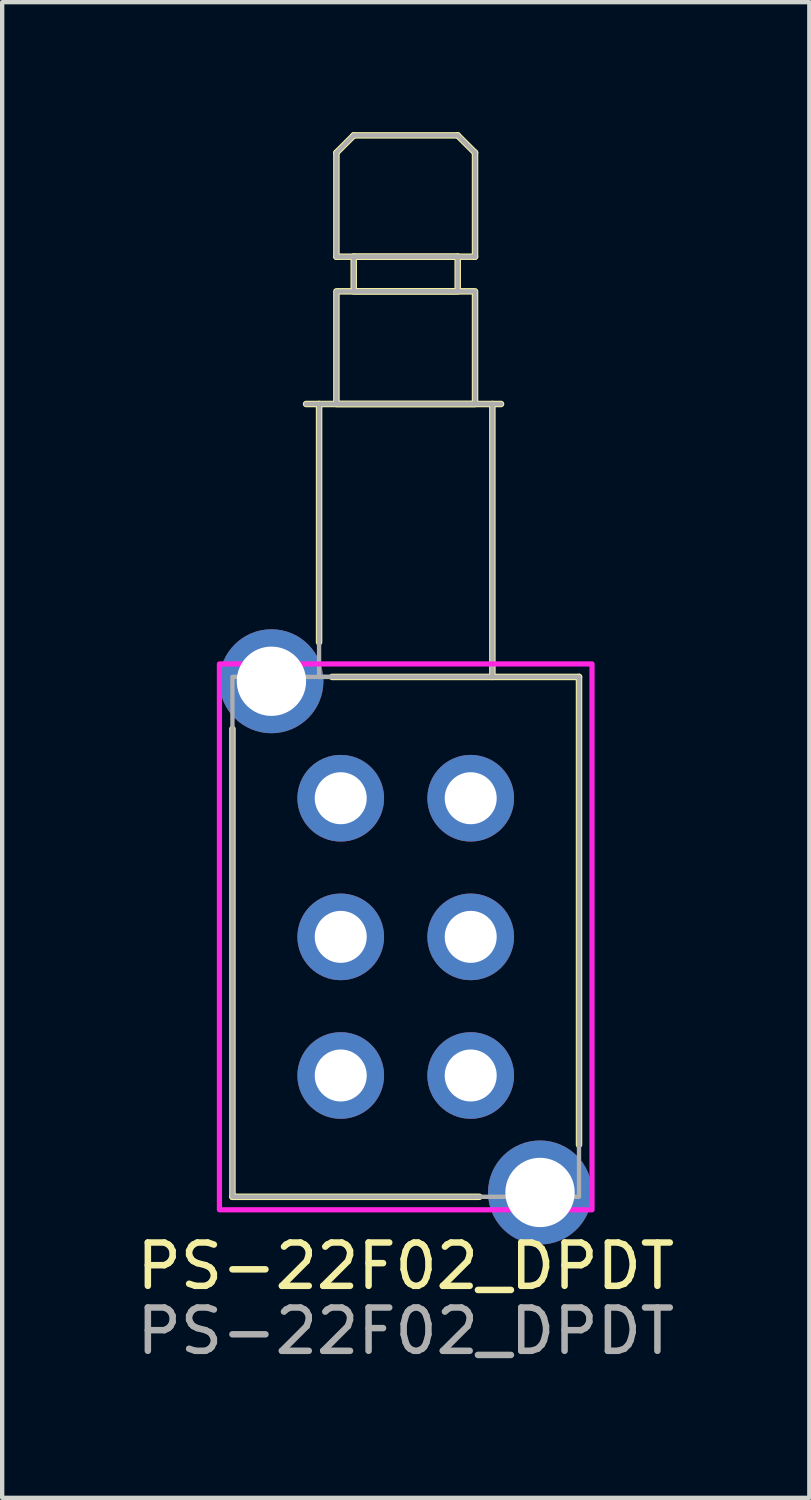
<source format=kicad_pcb>
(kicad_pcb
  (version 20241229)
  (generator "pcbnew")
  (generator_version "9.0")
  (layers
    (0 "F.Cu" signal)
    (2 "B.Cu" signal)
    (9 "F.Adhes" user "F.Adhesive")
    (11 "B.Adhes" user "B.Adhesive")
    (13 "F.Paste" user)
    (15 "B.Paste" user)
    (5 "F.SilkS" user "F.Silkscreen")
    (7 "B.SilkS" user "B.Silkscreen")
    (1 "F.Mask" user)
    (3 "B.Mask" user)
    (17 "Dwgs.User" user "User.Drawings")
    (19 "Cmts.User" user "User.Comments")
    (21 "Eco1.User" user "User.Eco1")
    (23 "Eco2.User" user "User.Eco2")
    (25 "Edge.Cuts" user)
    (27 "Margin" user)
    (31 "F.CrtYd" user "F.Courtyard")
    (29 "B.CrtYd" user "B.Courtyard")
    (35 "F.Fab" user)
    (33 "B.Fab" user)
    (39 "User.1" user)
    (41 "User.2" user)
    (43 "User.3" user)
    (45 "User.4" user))
  (footprint "PS-22F02_DPDT"
    (layer "F.Cu")
    (at 6.315 18.575)
    (property "Reference" "PS-22F02_DPDT" (at 0 7.6 0) (unlocked yes) (layer "F.SilkS") (effects (font (size 1 1) (thickness 0.15))))
    (fp_line (start -4 -4.8) (end -4 6) (stroke (width 0.15) (type solid)) (layer "F.SilkS"))
    (fp_line (start -4 6) (end 1.7 6) (stroke (width 0.15) (type solid)) (layer "F.SilkS"))
    (fp_line (start -2.3 -12.3) (end 2.2 -12.3) (stroke (width 0.15) (type solid)) (layer "F.SilkS"))
    (fp_line (start -2 -12.3) (end -2 -6.8) (stroke (width 0.15) (type solid)) (layer "F.SilkS"))
    (fp_line (start -1.6 -18.1) (end -1.2 -18.5) (stroke (width 0.15) (type solid)) (layer "F.SilkS"))
    (fp_line (start -1.6 -15.7) (end -1.6 -18.1) (stroke (width 0.15) (type solid)) (layer "F.SilkS"))
    (fp_line (start -1.6 -15.7) (end -1.2 -15.7) (stroke (width 0.15) (type solid)) (layer "F.SilkS"))
    (fp_line (start -1.2 -18.5) (end 1.2 -18.5) (stroke (width 0.15) (type solid)) (layer "F.SilkS"))
    (fp_line (start -1.2 -15.7) (end 1.2 -15.7) (stroke (width 0.15) (type solid)) (layer "F.SilkS"))
    (fp_line (start 1.2 -18.5) (end 1.6 -18.1) (stroke (width 0.15) (type solid)) (layer "F.SilkS"))
    (fp_line (start 1.2 -15.7) (end 1.6 -15.7) (stroke (width 0.15) (type solid)) (layer "F.SilkS"))
    (fp_line (start 1.6 -18.1) (end 1.6 -15.7) (stroke (width 0.15) (type solid)) (layer "F.SilkS"))
    (fp_line (start 2 -6) (end 2 -12.3) (stroke (width 0.15) (type solid)) (layer "F.SilkS"))
    (fp_line (start 4 -6) (end -1.7 -6) (stroke (width 0.15) (type solid)) (layer "F.SilkS"))
    (fp_line (start 4 4.8) (end 4 -6) (stroke (width 0.15) (type solid)) (layer "F.SilkS"))
    (fp_rect (start -1.6 -14.9) (end 1.6 -12.3) (stroke (width 0.15) (type solid)) (fill no) (layer "F.SilkS"))
    (fp_rect (start -1.2 -15.7) (end 1.2 -14.9) (stroke (width 0.15) (type solid)) (fill no) (layer "F.SilkS"))
    (fp_rect (start 4.3 -6.3) (end -4.3 6.3) (stroke (width 0.12) (type solid)) (fill no) (layer "F.CrtYd"))
    (fp_line (start -1.6 -18.1) (end -1.6 -15.7) (stroke (width 0.1) (type solid)) (layer "F.Fab"))
    (fp_line (start -1.6 -15.7) (end 1.6 -15.7) (stroke (width 0.1) (type solid)) (layer "F.Fab"))
    (fp_line (start -1.2 -18.5) (end -1.6 -18.1) (stroke (width 0.1) (type solid)) (layer "F.Fab"))
    (fp_line (start 1.2 -18.5) (end -1.2 -18.5) (stroke (width 0.1) (type solid)) (layer "F.Fab"))
    (fp_line (start 1.6 -18.1) (end 1.2 -18.5) (stroke (width 0.1) (type solid)) (layer "F.Fab"))
    (fp_line (start 1.6 -15.7) (end 1.6 -18.1) (stroke (width 0.1) (type solid)) (layer "F.Fab"))
    (fp_line (start 2.2 -12.3) (end -2.3 -12.3) (stroke (width 0.1) (type solid)) (layer "F.Fab"))
    (fp_rect (start -2 -12.3) (end 2 -6) (stroke (width 0.1) (type solid)) (fill no) (layer "F.Fab"))
    (fp_rect (start -1.6 -14.9) (end 1.6 -12.3) (stroke (width 0.1) (type solid)) (fill no) (layer "F.Fab"))
    (fp_rect (start -1.2 -15.7) (end 1.2 -14.9) (stroke (width 0.1) (type solid)) (fill no) (layer "F.Fab"))
    (fp_rect (start 4 -6) (end -4 6) (stroke (width 0.1) (type solid)) (fill no) (layer "F.Fab"))
    (fp_text user "${REFERENCE}" (at 0 9.1 0) (unlocked yes) (layer "F.Fab") (effects (font (size 1 1) (thickness 0.15))))
    (pad "" thru_hole circle (at -3.1 -5.9) (size 2.4 2.4) (drill 1.6) (layers "*.Cu" "*.Mask"))
    (pad "" thru_hole circle (at 3.1 5.9) (size 2.4 2.4) (drill 1.6) (layers "*.Cu" "*.Mask"))
    (pad "1" thru_hole circle (at -1.5 -3.2) (size 2 2) (drill 1.2) (layers "*.Cu" "*.Mask"))
    (pad "2" thru_hole circle (at -1.5 0) (size 2 2) (drill 1.2) (layers "*.Cu" "*.Mask"))
    (pad "3" thru_hole circle (at -1.5 3.2) (size 2 2) (drill 1.2) (layers "*.Cu" "*.Mask"))
    (pad "4" thru_hole circle (at 1.5 -3.2) (size 2 2) (drill 1.2) (layers "*.Cu" "*.Mask"))
    (pad "5" thru_hole circle (at 1.5 0) (size 2 2) (drill 1.2) (layers "*.Cu" "*.Mask"))
    (pad "6" thru_hole circle (at 1.5 3.2) (size 2 2) (drill 1.2) (layers "*.Cu" "*.Mask")))
  (gr_rect
    (start -3 -3)
    (end 15.631 31.523)
    (stroke (width 0.1) (type default))
    (fill no)
    (layer "Edge.Cuts")))
</source>
